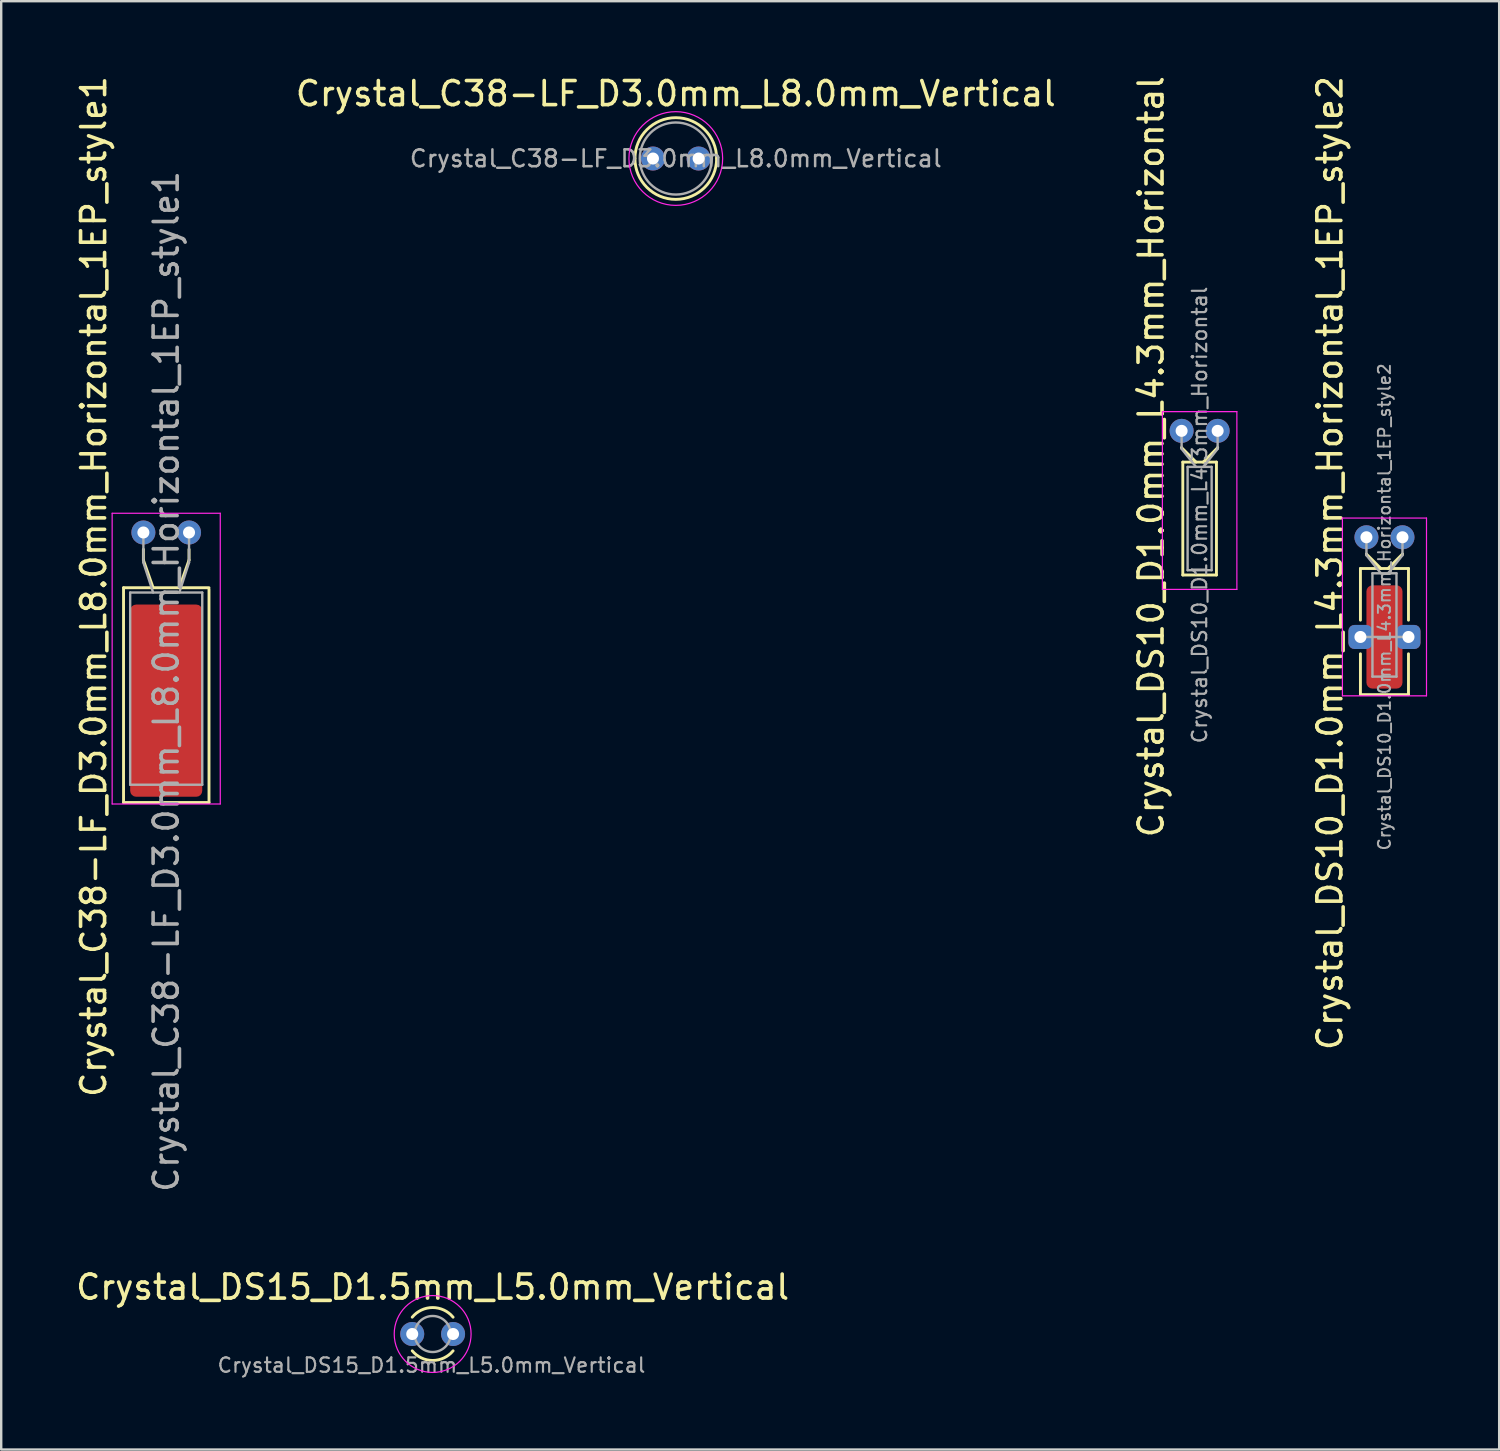
<source format=kicad_pcb>
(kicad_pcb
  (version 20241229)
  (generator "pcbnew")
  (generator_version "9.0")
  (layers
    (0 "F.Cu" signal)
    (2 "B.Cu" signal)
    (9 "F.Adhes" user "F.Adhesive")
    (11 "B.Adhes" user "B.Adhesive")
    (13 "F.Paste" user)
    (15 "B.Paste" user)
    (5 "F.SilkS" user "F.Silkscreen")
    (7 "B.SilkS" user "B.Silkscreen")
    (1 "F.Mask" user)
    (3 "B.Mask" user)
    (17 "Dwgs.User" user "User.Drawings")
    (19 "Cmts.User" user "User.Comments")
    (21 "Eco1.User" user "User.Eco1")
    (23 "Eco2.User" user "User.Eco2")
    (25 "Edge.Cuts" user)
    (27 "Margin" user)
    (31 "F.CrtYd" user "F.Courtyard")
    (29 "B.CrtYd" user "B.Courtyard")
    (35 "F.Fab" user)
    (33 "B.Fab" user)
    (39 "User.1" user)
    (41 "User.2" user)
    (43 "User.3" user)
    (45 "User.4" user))
  (footprint "Crystal_DS15_D1.5mm_L5.0mm_Vertical"
    (layer "F.Cu")
    (at 14.108 52.474)
    (property "Reference" "Crystal_DS15_D1.5mm_L5.0mm_Vertical" (at 0.85 -1.95 0) (layer "F.SilkS") (effects (font (size 1 1) (thickness 0.15))))
    (attr through_hole)
    (fp_arc (start 0 -0.7) (mid 0.850432 -1.101136) (end 1.700549 -0.699333) (stroke (width 0.12) (type solid)) (layer "F.SilkS"))
    (fp_arc (start 1.700549 0.699333) (mid 0.850432 1.101136) (end 0 0.7) (stroke (width 0.12) (type solid)) (layer "F.SilkS"))
    (fp_circle (center 0.85 0) (end 2.45 0) (stroke (width 0.05) (type solid)) (fill no) (layer "F.CrtYd"))
    (fp_circle (center 0.85 0) (end 1.6 0) (stroke (width 0.1) (type solid)) (fill no) (layer "F.Fab"))
    (fp_text user "${REFERENCE}" (at 0.8 1.3 0) (layer "F.Fab") (effects (font (size 0.6 0.6) (thickness 0.09))))
    (pad "1" thru_hole circle (at 0 0) (size 1 1) (drill 0.5) (layers "*.Cu" "*.Mask"))
    (pad "2" thru_hole circle (at 1.7 0) (size 1 1) (drill 0.5) (layers "*.Cu" "*.Mask")))
  (footprint "Crystal_DS10_D1.0mm_L4.3mm_Horizontal_1EP_style2"
    (layer "F.Cu")
    (at 53.824 19.312)
    (property "Reference" "Crystal_DS10_D1.0mm_L4.3mm_Horizontal_1EP_style2" (at -1.52 1.075 90) (layer "F.SilkS") (effects (font (size 1 1) (thickness 0.15))))
    (attr through_hole)
    (fp_line (start -0.25 1.3) (end 1.75 1.3) (stroke (width 0.12) (type solid)) (layer "F.SilkS"))
    (fp_line (start -0.25 3.45) (end -0.25 1.3) (stroke (width 0.12) (type solid)) (layer "F.SilkS"))
    (fp_line (start -0.25 4.85) (end -0.25 6.55) (stroke (width 0.12) (type solid)) (layer "F.SilkS"))
    (fp_line (start -0.25 6.55) (end 1.75 6.55) (stroke (width 0.12) (type solid)) (layer "F.SilkS"))
    (fp_line (start 0 0.7) (end 0 0.7) (stroke (width 0.12) (type solid)) (layer "F.SilkS"))
    (fp_line (start 0.6 1.3) (end 0 0.7) (stroke (width 0.12) (type solid)) (layer "F.SilkS"))
    (fp_line (start 0.9 1.3) (end 1.5 0.7) (stroke (width 0.12) (type solid)) (layer "F.SilkS"))
    (fp_line (start 1.5 0.7) (end 1.5 0.7) (stroke (width 0.12) (type solid)) (layer "F.SilkS"))
    (fp_line (start 1.75 1.3) (end 1.75 3.45) (stroke (width 0.12) (type solid)) (layer "F.SilkS"))
    (fp_line (start 1.75 6.55) (end 1.75 4.85) (stroke (width 0.12) (type solid)) (layer "F.SilkS"))
    (fp_line (start -1 -0.8) (end -1 6.6) (stroke (width 0.05) (type solid)) (layer "F.CrtYd"))
    (fp_line (start -1 6.6) (end 2.5 6.6) (stroke (width 0.05) (type solid)) (layer "F.CrtYd"))
    (fp_line (start 2.5 -0.8) (end -1 -0.8) (stroke (width 0.05) (type solid)) (layer "F.CrtYd"))
    (fp_line (start 2.5 6.6) (end 2.5 -0.8) (stroke (width 0.05) (type solid)) (layer "F.CrtYd"))
    (fp_line (start -0.25 4.15) (end 1.75 4.15) (stroke (width 0.1) (type solid)) (layer "F.Fab"))
    (fp_line (start 0 0.75) (end 0 0) (stroke (width 0.1) (type solid)) (layer "F.Fab"))
    (fp_line (start 0.25 1.5) (end 0.25 5.8) (stroke (width 0.1) (type solid)) (layer "F.Fab"))
    (fp_line (start 0.25 5.8) (end 1.25 5.8) (stroke (width 0.1) (type solid)) (layer "F.Fab"))
    (fp_line (start 0.6 1.5) (end 0 0.75) (stroke (width 0.1) (type solid)) (layer "F.Fab"))
    (fp_line (start 0.9 1.5) (end 1.5 0.75) (stroke (width 0.1) (type solid)) (layer "F.Fab"))
    (fp_line (start 1.25 1.5) (end 0.25 1.5) (stroke (width 0.1) (type solid)) (layer "F.Fab"))
    (fp_line (start 1.25 5.8) (end 1.25 1.5) (stroke (width 0.1) (type solid)) (layer "F.Fab"))
    (fp_line (start 1.5 0.75) (end 1.5 0) (stroke (width 0.1) (type solid)) (layer "F.Fab"))
    (fp_text user "${REFERENCE}" (at 0.75 2.9 270) (layer "F.Fab") (effects (font (size 0.5 0.5) (thickness 0.08))))
    (pad "1" thru_hole circle (at 0 0) (size 1 1) (drill 0.5) (layers "*.Cu" "*.Mask"))
    (pad "2" thru_hole circle (at 1.5 0) (size 1 1) (drill 0.5) (layers "*.Cu" "*.Mask"))
    (pad "3" thru_hole roundrect (at -0.25 4.15) (size 1 1) (drill 0.5) (layers "*.Cu" "*.Mask") (roundrect_rratio 0.25))
    (pad "3" smd roundrect (at 0.75 4.15) (size 1.5 4.3) (layers "F.Cu" "F.Mask" "F.Paste") (roundrect_rratio 0.167))
    (pad "3" thru_hole roundrect (at 1.75 4.15) (size 1 1) (drill 0.5) (layers "*.Cu" "*.Mask") (roundrect_rratio 0.25)))
  (footprint "Crystal_C38-LF_D3.0mm_L8.0mm_Vertical"
    (layer "F.Cu")
    (at 24.128 3.548)
    (property "Reference" "Crystal_C38-LF_D3.0mm_L8.0mm_Vertical" (at 0.95 -2.7 0) (layer "F.SilkS") (effects (font (size 1 1) (thickness 0.15))))
    (attr through_hole)
    (fp_arc (start -0.75 0) (mid 0.95 -1.7) (end 2.65 0) (stroke (width 0.12) (type solid)) (layer "F.SilkS"))
    (fp_arc (start 2.65 0) (mid 0.95 1.7) (end -0.75 0) (stroke (width 0.12) (type solid)) (layer "F.SilkS"))
    (fp_circle (center 0.95 0) (end 2.9 0) (stroke (width 0.05) (type solid)) (fill no) (layer "F.CrtYd"))
    (fp_circle (center 0.95 0) (end 2.45 0) (stroke (width 0.1) (type solid)) (fill no) (layer "F.Fab"))
    (fp_text user "${REFERENCE}" (at 0.95 0 0) (layer "F.Fab") (effects (font (size 0.7 0.7) (thickness 0.105))))
    (pad "1" thru_hole circle (at 0 0) (size 1 1) (drill 0.5) (layers "*.Cu" "*.Mask"))
    (pad "2" thru_hole circle (at 1.9 0) (size 1 1) (drill 0.5) (layers "*.Cu" "*.Mask")))
  (footprint "Crystal_DS10_D1.0mm_L4.3mm_Horizontal"
    (layer "F.Cu")
    (at 46.131 14.883)
    (property "Reference" "Crystal_DS10_D1.0mm_L4.3mm_Horizontal" (at -1.27 1.075 90) (layer "F.SilkS") (effects (font (size 1 1) (thickness 0.15))))
    (attr through_hole)
    (fp_line (start 0 0.7) (end 0 0.7) (stroke (width 0.12) (type solid)) (layer "F.SilkS"))
    (fp_line (start 0.05 1.3) (end 0.05 6) (stroke (width 0.12) (type solid)) (layer "F.SilkS"))
    (fp_line (start 0.05 6) (end 1.45 6) (stroke (width 0.12) (type solid)) (layer "F.SilkS"))
    (fp_line (start 0.6 1.3) (end 0 0.7) (stroke (width 0.12) (type solid)) (layer "F.SilkS"))
    (fp_line (start 0.9 1.3) (end 1.5 0.7) (stroke (width 0.12) (type solid)) (layer "F.SilkS"))
    (fp_line (start 1.45 1.3) (end 0.05 1.3) (stroke (width 0.12) (type solid)) (layer "F.SilkS"))
    (fp_line (start 1.45 6) (end 1.45 1.3) (stroke (width 0.12) (type solid)) (layer "F.SilkS"))
    (fp_line (start 1.5 0.7) (end 1.5 0.7) (stroke (width 0.12) (type solid)) (layer "F.SilkS"))
    (fp_line (start -0.8 -0.8) (end -0.8 6.6) (stroke (width 0.05) (type solid)) (layer "F.CrtYd"))
    (fp_line (start -0.8 6.6) (end 2.3 6.6) (stroke (width 0.05) (type solid)) (layer "F.CrtYd"))
    (fp_line (start 2.3 -0.8) (end -0.8 -0.8) (stroke (width 0.05) (type solid)) (layer "F.CrtYd"))
    (fp_line (start 2.3 6.6) (end 2.3 -0.8) (stroke (width 0.05) (type solid)) (layer "F.CrtYd"))
    (fp_line (start 0 0.75) (end 0 0) (stroke (width 0.1) (type solid)) (layer "F.Fab"))
    (fp_line (start 0.25 1.5) (end 0.25 5.8) (stroke (width 0.1) (type solid)) (layer "F.Fab"))
    (fp_line (start 0.25 5.8) (end 1.25 5.8) (stroke (width 0.1) (type solid)) (layer "F.Fab"))
    (fp_line (start 0.6 1.5) (end 0 0.75) (stroke (width 0.1) (type solid)) (layer "F.Fab"))
    (fp_line (start 0.9 1.5) (end 1.5 0.75) (stroke (width 0.1) (type solid)) (layer "F.Fab"))
    (fp_line (start 1.25 1.5) (end 0.25 1.5) (stroke (width 0.1) (type solid)) (layer "F.Fab"))
    (fp_line (start 1.25 5.8) (end 1.25 1.5) (stroke (width 0.1) (type solid)) (layer "F.Fab"))
    (fp_line (start 1.5 0.75) (end 1.5 0) (stroke (width 0.1) (type solid)) (layer "F.Fab"))
    (fp_text user "${REFERENCE}" (at 0.75 3.5 90) (layer "F.Fab") (effects (font (size 0.6 0.6) (thickness 0.09))))
    (pad "1" thru_hole circle (at 0 0) (size 1 1) (drill 0.5) (layers "*.Cu" "*.Mask"))
    (pad "2" thru_hole circle (at 1.5 0) (size 1 1) (drill 0.5) (layers "*.Cu" "*.Mask")))
  (footprint "Crystal_C38-LF_D3.0mm_L8.0mm_Horizontal_1EP_style1"
    (layer "F.Cu")
    (at 2.918 19.113)
    (property "Reference" "Crystal_C38-LF_D3.0mm_L8.0mm_Horizontal_1EP_style1" (at -2.07 2.25 90) (layer "F.SilkS") (effects (font (size 1 1) (thickness 0.15))))
    (attr through_hole)
    (fp_line (start -0.826 2.3) (end 2.731 2.3) (stroke (width 0.12) (type solid)) (layer "F.SilkS"))
    (fp_line (start -0.826 11.239) (end -0.826 2.3) (stroke (width 0.12) (type solid)) (layer "F.SilkS"))
    (fp_line (start 0 1.15) (end 0 0.7) (stroke (width 0.12) (type solid)) (layer "F.SilkS"))
    (fp_line (start 0.405 2.3) (end 0 1.15) (stroke (width 0.12) (type solid)) (layer "F.SilkS"))
    (fp_line (start 1.495 2.3) (end 1.9 1.15) (stroke (width 0.12) (type solid)) (layer "F.SilkS"))
    (fp_line (start 1.9 1.15) (end 1.9 0.7) (stroke (width 0.12) (type solid)) (layer "F.SilkS"))
    (fp_line (start 2.731 2.364) (end 2.731 11.239) (stroke (width 0.12) (type solid)) (layer "F.SilkS"))
    (fp_line (start 2.731 11.239) (end -0.826 11.239) (stroke (width 0.12) (type solid)) (layer "F.SilkS"))
    (fp_line (start -1.3 -0.8) (end -1.3 11.3) (stroke (width 0.05) (type solid)) (layer "F.CrtYd"))
    (fp_line (start -1.3 11.3) (end 3.2 11.3) (stroke (width 0.05) (type solid)) (layer "F.CrtYd"))
    (fp_line (start 3.2 -0.8) (end -1.3 -0.8) (stroke (width 0.05) (type solid)) (layer "F.CrtYd"))
    (fp_line (start 3.2 11.3) (end 3.2 -0.8) (stroke (width 0.05) (type solid)) (layer "F.CrtYd"))
    (fp_line (start -0.55 2.5) (end -0.55 10.5) (stroke (width 0.1) (type solid)) (layer "F.Fab"))
    (fp_line (start -0.55 10.5) (end 2.45 10.5) (stroke (width 0.1) (type solid)) (layer "F.Fab"))
    (fp_line (start 0 1.25) (end 0 0) (stroke (width 0.1) (type solid)) (layer "F.Fab"))
    (fp_line (start 0.405 2.5) (end 0 1.25) (stroke (width 0.1) (type solid)) (layer "F.Fab"))
    (fp_line (start 1.495 2.5) (end 1.9 1.25) (stroke (width 0.1) (type solid)) (layer "F.Fab"))
    (fp_line (start 1.9 1.25) (end 1.9 0) (stroke (width 0.1) (type solid)) (layer "F.Fab"))
    (fp_line (start 2.45 2.5) (end -0.55 2.5) (stroke (width 0.1) (type solid)) (layer "F.Fab"))
    (fp_line (start 2.45 10.5) (end 2.45 2.5) (stroke (width 0.1) (type solid)) (layer "F.Fab"))
    (fp_text user "${REFERENCE}" (at 0.95 6.2 90) (layer "F.Fab") (effects (font (size 1 1) (thickness 0.15))))
    (pad "1" thru_hole circle (at 0 0) (size 1 1) (drill 0.5) (layers "*.Cu" "*.Mask"))
    (pad "2" thru_hole circle (at 1.9 0) (size 1 1) (drill 0.5) (layers "*.Cu" "*.Mask"))
    (pad "3" smd roundrect (at 0.95 7) (size 3 8) (layers "F.Cu" "F.Mask" "F.Paste") (roundrect_rratio 0.083)))
  (gr_rect
    (start -3 -3)
    (end 59.349 57.283)
    (stroke (width 0.1) (type default))
    (fill no)
    (layer "Edge.Cuts")))
</source>
